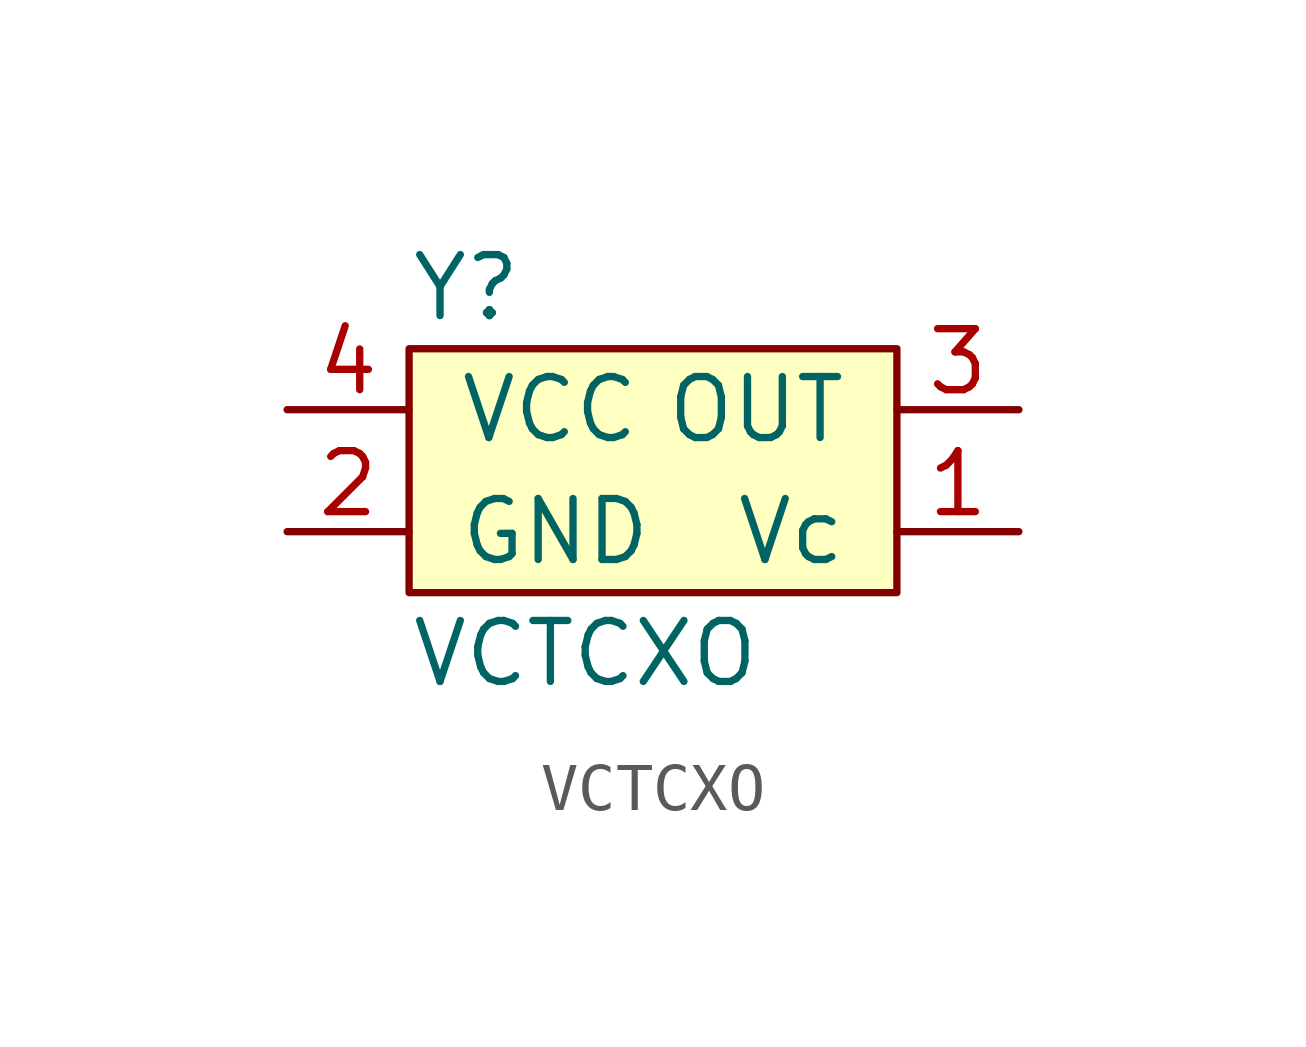
<source format=kicad_sym>
(kicad_symbol_lib
  (version 20211014)
  (generator kicad_symbol_editor)
  (symbol "VCTCXO"
    (pin_names
      (offset 1.016))
    (property "Reference" "Y"
      (at -5.08 2.54 0)
      (effects (font (size 1.27 1.27)) (justify left)))
    (property "Value" "VCTCXO"
      (at -5.08 -5.08 0)
      (effects (font (size 1.27 1.27)) (justify left)))
    (symbol "VCTCXO_0_1"
      (rectangle (start -5.08 1.27) (end 5.08 -3.81) (stroke (width 0) (type default) (color 0 0 0 0)) (fill (type background))))
    (symbol "VCTCXO_1_1"
      (pin input line (at 7.62 -2.54 180) (length 2.54) (name "Vc" (effects (font (size 1.27 1.27)))) (number "1" (effects (font (size 1.27 1.27)))))
      (pin power_in line (at -7.62 -2.54 0) (length 2.54) (name "GND" (effects (font (size 1.27 1.27)))) (number "2" (effects (font (size 1.27 1.27)))))
      (pin output line (at 7.62 0 180) (length 2.54) (name "OUT" (effects (font (size 1.27 1.27)))) (number "3" (effects (font (size 1.27 1.27)))))
      (pin power_in line (at -7.62 0 0) (length 2.54) (name "VCC" (effects (font (size 1.27 1.27)))) (number "4" (effects (font (size 1.27 1.27))))))))
</source>
